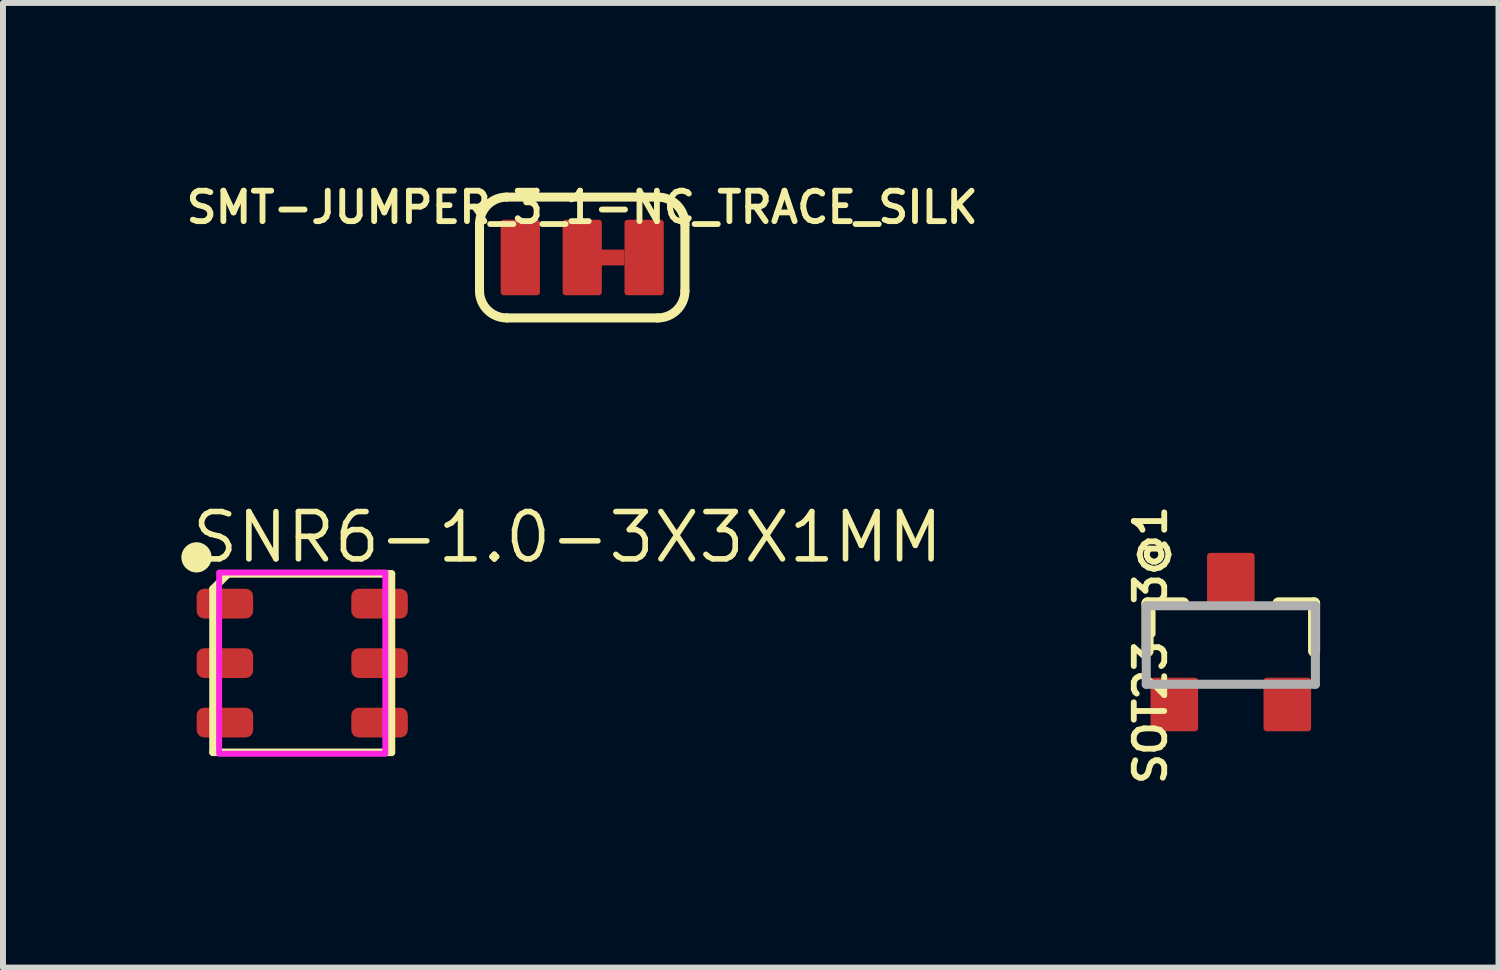
<source format=kicad_pcb>
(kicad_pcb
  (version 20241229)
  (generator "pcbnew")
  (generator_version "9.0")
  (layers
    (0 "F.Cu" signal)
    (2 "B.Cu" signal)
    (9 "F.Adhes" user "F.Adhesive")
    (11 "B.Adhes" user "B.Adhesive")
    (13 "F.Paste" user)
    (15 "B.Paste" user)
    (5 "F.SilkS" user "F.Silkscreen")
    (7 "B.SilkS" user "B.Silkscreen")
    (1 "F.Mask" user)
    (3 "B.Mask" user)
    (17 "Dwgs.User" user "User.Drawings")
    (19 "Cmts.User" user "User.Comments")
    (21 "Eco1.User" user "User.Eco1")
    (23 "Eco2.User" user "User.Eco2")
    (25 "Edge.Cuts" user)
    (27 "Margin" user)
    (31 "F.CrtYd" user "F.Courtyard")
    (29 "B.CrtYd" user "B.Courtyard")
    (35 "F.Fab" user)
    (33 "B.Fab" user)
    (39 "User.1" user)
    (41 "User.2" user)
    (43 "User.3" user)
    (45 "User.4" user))
  (footprint "SMT-JUMPER_3_1-NC_TRACE_SILK"
    (layer "F.Cu")
    (at 6.74 1.28)
    (property "Reference" "SMT-JUMPER_3_1-NC_TRACE_SILK" (at 0 -1.143 0) (layer "F.SilkS") (effects (font (size 0.512 0.512) (thickness 0.098)) (justify top)))
    (fp_poly (pts (xy 0.711 0.133) (xy -0.197 0.133) (xy -0.197 -0.133) (xy 0.711 -0.133)) (stroke (width 0) (type default)) (fill yes) (layer "F.Cu"))
    (fp_poly (pts (xy 0.762 0.191) (xy 0.254 0.191) (xy 0.254 -0.191) (xy 0.762 -0.191)) (stroke (width 0) (type default)) (fill yes) (layer "F.Mask"))
    (fp_line (start -1.727 0.559) (end -1.727 -0.559) (stroke (width 0.152) (type solid)) (layer "F.SilkS"))
    (fp_line (start -1.27 -1.016) (end 1.27 -1.016) (stroke (width 0.152) (type solid)) (layer "F.SilkS"))
    (fp_line (start 1.27 1.016) (end -1.27 1.016) (stroke (width 0.152) (type solid)) (layer "F.SilkS"))
    (fp_line (start 1.727 0.559) (end 1.727 -0.559) (stroke (width 0.152) (type solid)) (layer "F.SilkS"))
    (fp_arc (start -1.7272 -0.5588) (mid -1.593289 -0.882089) (end -1.27 -1.016) (stroke (width 0.1524) (type solid)) (layer "F.SilkS"))
    (fp_arc (start -1.27 1.016) (mid -1.593289 0.882089) (end -1.7272 0.5588) (stroke (width 0.1524) (type solid)) (layer "F.SilkS"))
    (fp_arc (start 1.27 -1.016) (mid 1.593289 -0.882089) (end 1.7272 -0.5588) (stroke (width 0.1524) (type solid)) (layer "F.SilkS"))
    (fp_arc (start 1.7272 0.5588) (mid 1.593289 0.882089) (end 1.27 1.016) (stroke (width 0.1524) (type solid)) (layer "F.SilkS"))
    (pad "1" smd roundrect (at -1.041 0 180) (size 0.66 1.27) (layers "F.Cu" "F.Mask") (roundrect_rratio 0.077))
    (pad "2" smd roundrect (at 0 0 180) (size 0.66 1.27) (layers "F.Cu" "F.Mask") (roundrect_rratio 0.077))
    (pad "3" smd roundrect (at 1.041 0 180) (size 0.66 1.27) (layers "F.Cu" "F.Mask") (roundrect_rratio 0.077)))
  (footprint "SOT23-3@1"
    (layer "F.Cu")
    (at 17.646 7.796)
    (property "Reference" "SOT23-3@1" (at -1.651 0 270) (layer "F.SilkS") (effects (font (size 0.512 0.512) (thickness 0.098)) (justify top)))
    (fp_line (start -1.4 -0.7) (end -1.4 0.1) (stroke (width 0.203) (type solid)) (layer "F.SilkS"))
    (fp_line (start -0.8 -0.7) (end -1.4 -0.7) (stroke (width 0.203) (type solid)) (layer "F.SilkS"))
    (fp_line (start 0.8 -0.7) (end 1.4 -0.7) (stroke (width 0.203) (type solid)) (layer "F.SilkS"))
    (fp_line (start 1.4 -0.7) (end 1.4 0.1) (stroke (width 0.203) (type solid)) (layer "F.SilkS"))
    (fp_line (start -1.422 -0.66) (end 1.422 -0.66) (stroke (width 0.152) (type solid)) (layer "F.Fab"))
    (fp_line (start -1.422 0.66) (end -1.422 -0.66) (stroke (width 0.152) (type solid)) (layer "F.Fab"))
    (fp_line (start 1.422 -0.66) (end 1.422 0.66) (stroke (width 0.152) (type solid)) (layer "F.Fab"))
    (fp_line (start 1.422 0.66) (end -1.422 0.66) (stroke (width 0.152) (type solid)) (layer "F.Fab"))
    (pad "1" smd roundrect (at -0.95 1) (size 0.8 0.9) (layers "F.Cu" "F.Mask" "F.Paste") (roundrect_rratio 0.064))
    (pad "2" smd roundrect (at 0.95 1) (size 0.8 0.9) (layers "F.Cu" "F.Mask" "F.Paste") (roundrect_rratio 0.064))
    (pad "3" smd roundrect (at 0 -1.1) (size 0.8 0.9) (layers "F.Cu" "F.Mask" "F.Paste") (roundrect_rratio 0.064)))
  (footprint "SNR6-1.0-3X3X1MM"
    (layer "F.Cu")
    (at 2.032 8.1)
    (property "Reference" "SNR6-1.0-3X3X1MM" (at -1.905 -1.651 0) (layer "F.SilkS") (effects (font (size 0.795 0.795) (thickness 0.094)) (justify left bottom)))
    (fp_line (start -1.5 -1.248) (end -1.248 -1.5) (stroke (width 0.127) (type solid)) (layer "F.SilkS"))
    (fp_line (start -1.5 1.5) (end -1.5 -1.248) (stroke (width 0.127) (type solid)) (layer "F.SilkS"))
    (fp_line (start -1.248 -1.5) (end 1.5 -1.5) (stroke (width 0.127) (type solid)) (layer "F.SilkS"))
    (fp_line (start 1.5 -1.5) (end 1.5 1.5) (stroke (width 0.127) (type solid)) (layer "F.SilkS"))
    (fp_line (start 1.5 1.5) (end -1.5 1.5) (stroke (width 0.127) (type solid)) (layer "F.SilkS"))
    (fp_circle (center -1.778 -1.778) (end -1.651 -1.778) (stroke (width 0.254) (type solid)) (fill yes) (layer "F.SilkS"))
    (fp_poly (pts (xy -1.397 1.524) (xy 1.397 1.524) (xy 1.397 -1.524) (xy -1.397 -1.524)) (stroke (width 0.1) (type default)) (fill no) (layer "F.CrtYd"))
    (pad "1" smd roundrect (at -1.3 -1) (size 0.95 0.5) (layers "F.Cu" "F.Mask" "F.Paste") (roundrect_rratio 0.25))
    (pad "2" smd roundrect (at -1.3 0) (size 0.95 0.5) (layers "F.Cu" "F.Mask" "F.Paste") (roundrect_rratio 0.25))
    (pad "3" smd roundrect (at -1.3 1) (size 0.95 0.5) (layers "F.Cu" "F.Mask" "F.Paste") (roundrect_rratio 0.25))
    (pad "4" smd roundrect (at 1.3 1) (size 0.95 0.5) (layers "F.Cu" "F.Mask" "F.Paste") (roundrect_rratio 0.25))
    (pad "5" smd roundrect (at 1.3 0) (size 0.95 0.5) (layers "F.Cu" "F.Mask" "F.Paste") (roundrect_rratio 0.25))
    (pad "6" smd roundrect (at 1.3 -1) (size 0.95 0.5) (layers "F.Cu" "F.Mask" "F.Paste") (roundrect_rratio 0.25)))
  (gr_rect
    (start -3 -3)
    (end 22.147 13.22)
    (stroke (width 0.1) (type default))
    (fill no)
    (layer "Edge.Cuts")))
</source>
